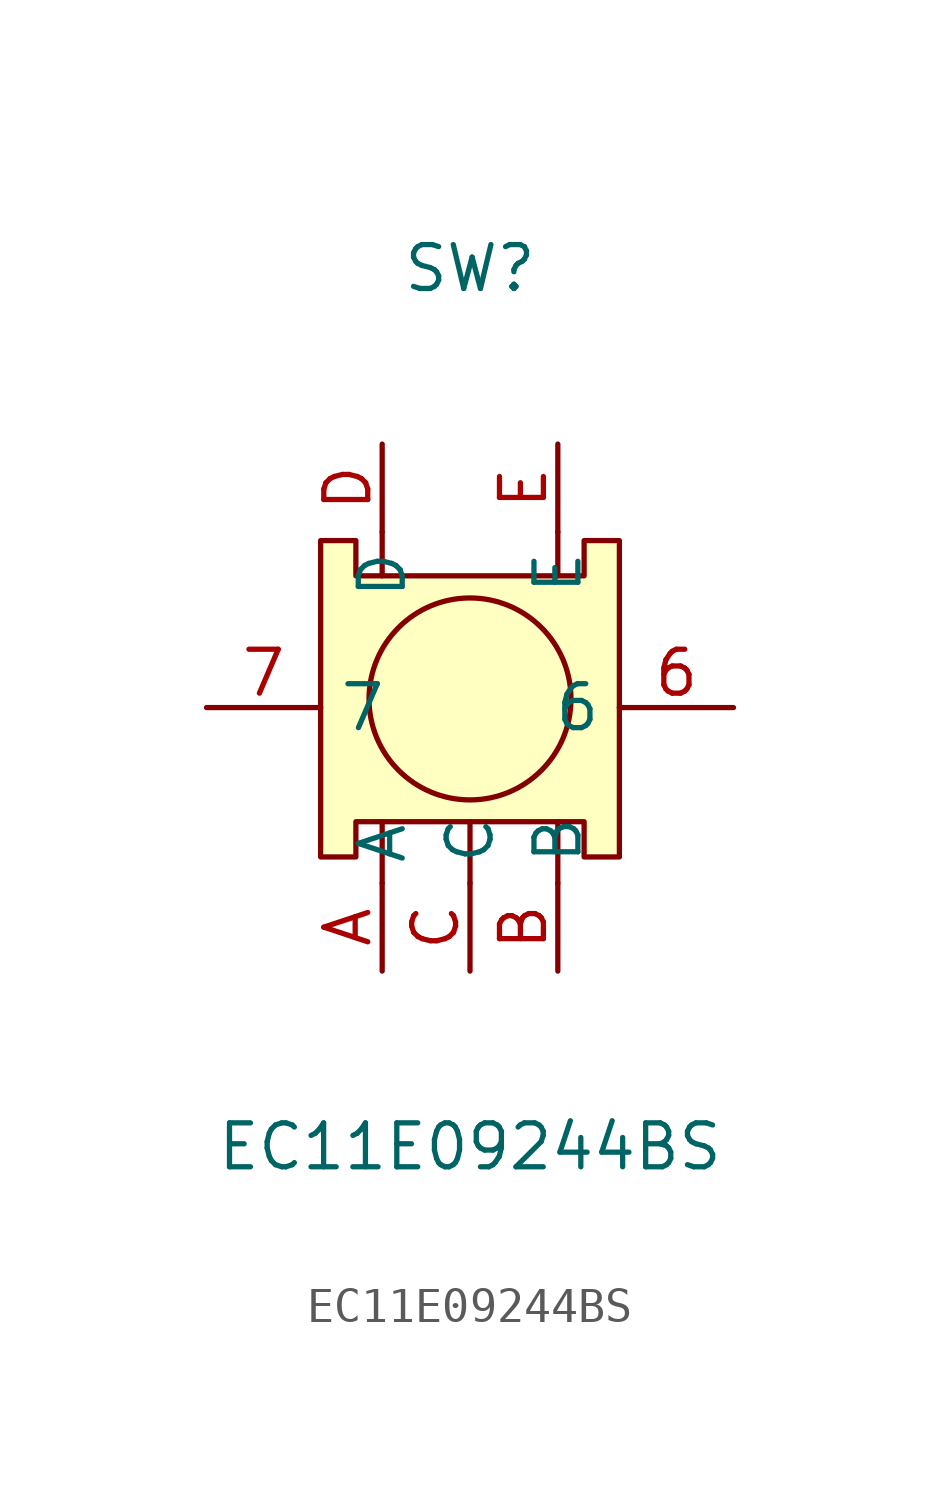
<source format=kicad_sym>
(kicad_symbol_lib
  (version 20211014)
  (generator https://github.com/uPesy/easyeda2kicad.py)
  (symbol "EC11E09244BS"
    (property "Reference" "SW"
      (at 0 12.70 0)
      (effects (font (size 1.27 1.27))))
    (property "Value" "EC11E09244BS"
      (at 0 -12.70 0)
      (effects (font (size 1.27 1.27))))
    (symbol "EC11E09244BS_0_1"
      (circle (center 0.00 0.25) (radius 2.92) (stroke (width 0) (type default) (color 0 0 0 0)) (fill (type none)))
      (polyline (pts (xy 2.54 3.81) (xy 2.54 5.08)) (stroke (width 0) (type default) (color 0 0 0 0)) (fill (type none)))
      (polyline (pts (xy -2.54 3.81) (xy -2.54 5.08)) (stroke (width 0) (type default) (color 0 0 0 0)) (fill (type none)))
      (polyline (pts (xy 2.54 -3.30) (xy 2.54 -5.08)) (stroke (width 0) (type default) (color 0 0 0 0)) (fill (type none)))
      (polyline (pts (xy 0.00 -3.30) (xy 0.00 -5.08)) (stroke (width 0) (type default) (color 0 0 0 0)) (fill (type none)))
      (polyline (pts (xy -2.54 -3.30) (xy -2.54 -5.08) (xy -2.54 -5.08)) (stroke (width 0) (type default) (color 0 0 0 0)) (fill (type none)))
      (polyline (pts (xy -4.32 -4.32) (xy -3.56 -4.32) (xy -3.30 -4.32) (xy -3.30 -3.30) (xy 3.30 -3.30) (xy 3.30 -4.32) (xy 4.32 -4.32) (xy 4.32 4.83) (xy 3.30 4.83) (xy 3.30 3.81) (xy -3.30 3.81) (xy -3.30 4.83) (xy -4.32 4.83) (xy -4.32 -4.32)) (stroke (width 0) (type default) (color 0 0 0 0)) (fill (type background)))
      (pin unspecified line (at -7.62 -0.00 0) (length 3.302) (name "7" (effects (font (size 1.27 1.27)))) (number "7" (effects (font (size 1.27 1.27)))))
      (pin unspecified line (at 7.62 -0.00 180) (length 3.302) (name "6" (effects (font (size 1.27 1.27)))) (number "6" (effects (font (size 1.27 1.27)))))
      (pin unspecified line (at 2.54 7.62 270) (length 2.54) (name "E" (effects (font (size 1.27 1.27)))) (number "E" (effects (font (size 1.27 1.27)))))
      (pin unspecified line (at -2.54 7.62 270) (length 2.54) (name "D" (effects (font (size 1.27 1.27)))) (number "D" (effects (font (size 1.27 1.27)))))
      (pin unspecified line (at 0.00 -7.62 90) (length 2.54) (name "C" (effects (font (size 1.27 1.27)))) (number "C" (effects (font (size 1.27 1.27)))))
      (pin unspecified line (at 2.54 -7.62 90) (length 2.54) (name "B" (effects (font (size 1.27 1.27)))) (number "B" (effects (font (size 1.27 1.27)))))
      (pin unspecified line (at -2.54 -7.62 90) (length 2.54) (name "A" (effects (font (size 1.27 1.27)))) (number "A" (effects (font (size 1.27 1.27))))))))
</source>
